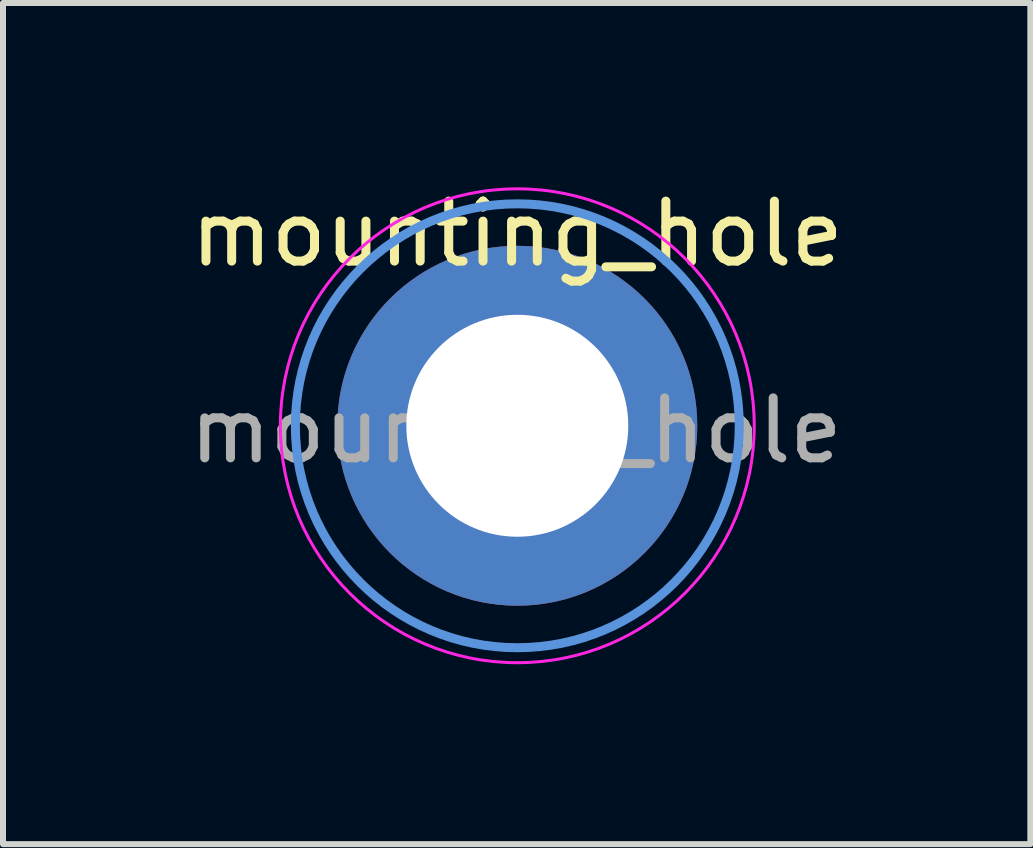
<source format=kicad_pcb>
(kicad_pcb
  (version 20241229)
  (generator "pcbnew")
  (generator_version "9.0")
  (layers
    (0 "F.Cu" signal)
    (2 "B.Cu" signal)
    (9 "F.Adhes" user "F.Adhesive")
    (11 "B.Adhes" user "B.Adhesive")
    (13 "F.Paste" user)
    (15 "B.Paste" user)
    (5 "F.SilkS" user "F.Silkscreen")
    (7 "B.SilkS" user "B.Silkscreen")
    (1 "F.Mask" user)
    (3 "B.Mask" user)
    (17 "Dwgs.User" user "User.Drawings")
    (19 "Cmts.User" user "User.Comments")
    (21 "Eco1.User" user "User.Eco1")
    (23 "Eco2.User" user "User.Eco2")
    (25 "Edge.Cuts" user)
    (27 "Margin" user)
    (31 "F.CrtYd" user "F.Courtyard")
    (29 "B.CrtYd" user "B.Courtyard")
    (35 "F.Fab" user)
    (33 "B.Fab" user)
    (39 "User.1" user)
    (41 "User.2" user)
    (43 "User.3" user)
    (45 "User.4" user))
  (footprint "mounting_hole"
    (layer "F.Cu")
    (at 5.574 4.048)
    (property "Reference" "mounting_hole" (at 0 -3.2 0) (layer "F.SilkS") (effects (font (size 1 1) (thickness 0.15))))
    (attr exclude_from_pos_files exclude_from_bom)
    (fp_circle (center 0 0) (end 3.7 0) (stroke (width 0.15) (type solid)) (fill no) (layer "Cmts.User"))
    (fp_circle (center 0 0) (end 3.95 0) (stroke (width 0.05) (type solid)) (fill no) (layer "F.CrtYd"))
    (fp_text user "${REFERENCE}" (at -0.02 0.08 0) (layer "F.Fab") (effects (font (size 1 1) (thickness 0.15))))
    (pad "1" thru_hole circle (at 0 0) (size 6 6) (drill 3.7) (layers "*.Cu" "*.Mask")))
  (gr_rect
    (start -3 -3)
    (end 14.127 11.023)
    (stroke (width 0.1) (type default))
    (fill no)
    (layer "Edge.Cuts")))
</source>
